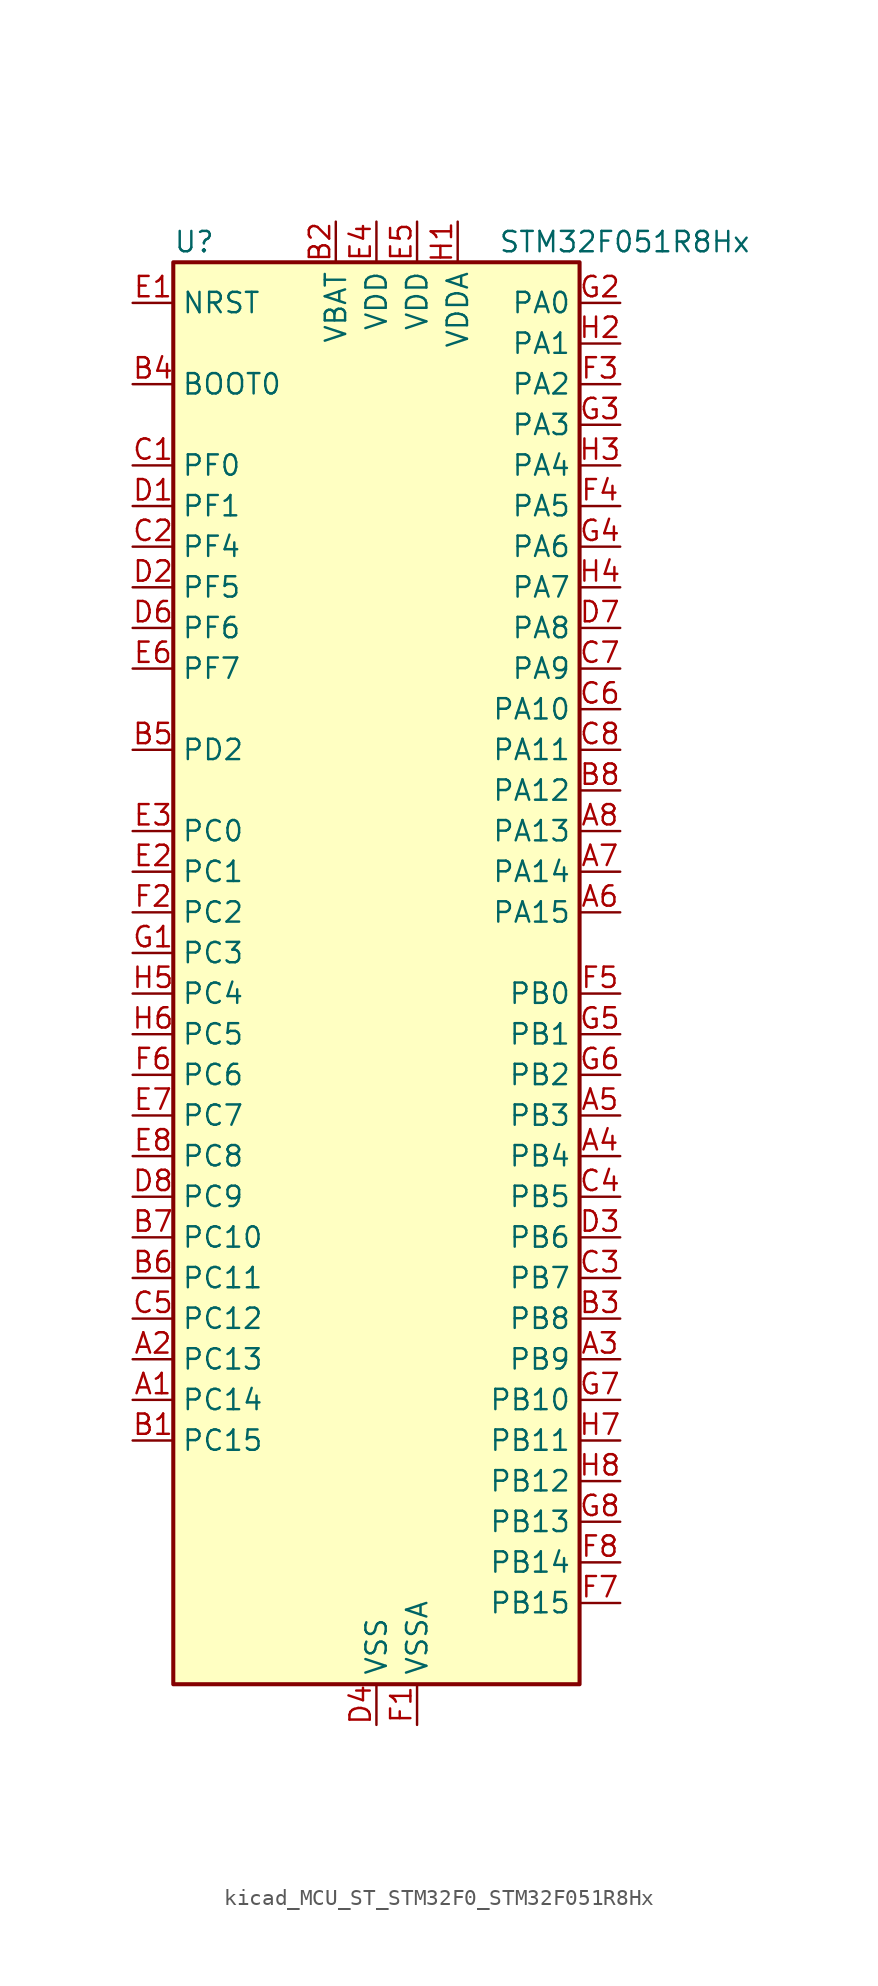
<source format=kicad_sym>
(kicad_symbol_lib
  (version 20220914)
  (generator kicad_symbol_editor)
  (symbol "kicad_MCU_ST_STM32F0_STM32F051R8Hx"
    (property "Reference" "U"
      (at -12.7 46.99 0)
      (effects (font (size 1.27 1.27)) (justify left)))
    (property "Value" "STM32F051R8Hx"
      (at 7.62 46.99 0)
      (effects (font (size 1.27 1.27)) (justify left)))
    (property "ki_locked" ""
      (at 0 0 0)
      (effects (font (size 1.27 1.27))))
    (symbol "kicad_MCU_ST_STM32F0_STM32F051R8Hx_0_1"
      (rectangle (start -12.7 -43.18) (end 12.7 45.72) (stroke (width 0.254) (type default)) (fill (type background))))
    (symbol "kicad_MCU_ST_STM32F0_STM32F051R8Hx_1_1"
      (pin bidirectional line (at -15.24 -25.4 0) (length 2.54) (name "PC14" (effects (font (size 1.27 1.27)))) (number "A1" (effects (font (size 1.27 1.27)))) (alternate "RCC_OSC32_IN" bidirectional line))
      (pin bidirectional line (at -15.24 -22.86 0) (length 2.54) (name "PC13" (effects (font (size 1.27 1.27)))) (number "A2" (effects (font (size 1.27 1.27)))) (alternate "RTC_OUT_ALARM" bidirectional line) (alternate "RTC_OUT_CALIB" bidirectional line) (alternate "RTC_TAMP1" bidirectional line) (alternate "RTC_TS" bidirectional line) (alternate "SYS_WKUP2" bidirectional line))
      (pin bidirectional line (at 15.24 -22.86 180) (length 2.54) (name "PB9" (effects (font (size 1.27 1.27)))) (number "A3" (effects (font (size 1.27 1.27)))) (alternate "DAC1_EXTI9" bidirectional line) (alternate "I2C1_SDA" bidirectional line) (alternate "IR_OUT" bidirectional line) (alternate "TIM17_CH1" bidirectional line))
      (pin bidirectional line (at 15.24 -10.16 180) (length 2.54) (name "PB4" (effects (font (size 1.27 1.27)))) (number "A4" (effects (font (size 1.27 1.27)))) (alternate "I2S1_MCK" bidirectional line) (alternate "SPI1_MISO" bidirectional line) (alternate "TIM3_CH1" bidirectional line) (alternate "TSC_G5_IO2" bidirectional line))
      (pin bidirectional line (at 15.24 -7.62 180) (length 2.54) (name "PB3" (effects (font (size 1.27 1.27)))) (number "A5" (effects (font (size 1.27 1.27)))) (alternate "I2S1_CK" bidirectional line) (alternate "SPI1_SCK" bidirectional line) (alternate "TIM2_CH2" bidirectional line) (alternate "TSC_G5_IO1" bidirectional line))
      (pin bidirectional line (at 15.24 5.08 180) (length 2.54) (name "PA15" (effects (font (size 1.27 1.27)))) (number "A6" (effects (font (size 1.27 1.27)))) (alternate "I2S1_WS" bidirectional line) (alternate "SPI1_NSS" bidirectional line) (alternate "TIM2_CH1" bidirectional line) (alternate "TIM2_ETR" bidirectional line) (alternate "USART2_RX" bidirectional line))
      (pin bidirectional line (at 15.24 7.62 180) (length 2.54) (name "PA14" (effects (font (size 1.27 1.27)))) (number "A7" (effects (font (size 1.27 1.27)))) (alternate "SYS_SWCLK" bidirectional line) (alternate "USART2_TX" bidirectional line))
      (pin bidirectional line (at 15.24 10.16 180) (length 2.54) (name "PA13" (effects (font (size 1.27 1.27)))) (number "A8" (effects (font (size 1.27 1.27)))) (alternate "IR_OUT" bidirectional line) (alternate "SYS_SWDIO" bidirectional line))
      (pin bidirectional line (at -15.24 -27.94 0) (length 2.54) (name "PC15" (effects (font (size 1.27 1.27)))) (number "B1" (effects (font (size 1.27 1.27)))) (alternate "RCC_OSC32_OUT" bidirectional line))
      (pin power_in line (at -2.54 48.26 270) (length 2.54) (name "VBAT" (effects (font (size 1.27 1.27)))) (number "B2" (effects (font (size 1.27 1.27)))))
      (pin bidirectional line (at 15.24 -20.32 180) (length 2.54) (name "PB8" (effects (font (size 1.27 1.27)))) (number "B3" (effects (font (size 1.27 1.27)))) (alternate "CEC" bidirectional line) (alternate "I2C1_SCL" bidirectional line) (alternate "TIM16_CH1" bidirectional line) (alternate "TSC_SYNC" bidirectional line))
      (pin input line (at -15.24 38.1 0) (length 2.54) (name "BOOT0" (effects (font (size 1.27 1.27)))) (number "B4" (effects (font (size 1.27 1.27)))))
      (pin bidirectional line (at -15.24 15.24 0) (length 2.54) (name "PD2" (effects (font (size 1.27 1.27)))) (number "B5" (effects (font (size 1.27 1.27)))) (alternate "TIM3_ETR" bidirectional line))
      (pin bidirectional line (at -15.24 -17.78 0) (length 2.54) (name "PC11" (effects (font (size 1.27 1.27)))) (number "B6" (effects (font (size 1.27 1.27)))))
      (pin bidirectional line (at -15.24 -15.24 0) (length 2.54) (name "PC10" (effects (font (size 1.27 1.27)))) (number "B7" (effects (font (size 1.27 1.27)))))
      (pin bidirectional line (at 15.24 12.7 180) (length 2.54) (name "PA12" (effects (font (size 1.27 1.27)))) (number "B8" (effects (font (size 1.27 1.27)))) (alternate "COMP2_OUT" bidirectional line) (alternate "TIM1_ETR" bidirectional line) (alternate "TSC_G4_IO4" bidirectional line) (alternate "USART1_DE" bidirectional line) (alternate "USART1_RTS" bidirectional line))
      (pin bidirectional line (at -15.24 33.02 0) (length 2.54) (name "PF0" (effects (font (size 1.27 1.27)))) (number "C1" (effects (font (size 1.27 1.27)))) (alternate "RCC_OSC_IN" bidirectional line))
      (pin bidirectional line (at -15.24 27.94 0) (length 2.54) (name "PF4" (effects (font (size 1.27 1.27)))) (number "C2" (effects (font (size 1.27 1.27)))))
      (pin bidirectional line (at 15.24 -17.78 180) (length 2.54) (name "PB7" (effects (font (size 1.27 1.27)))) (number "C3" (effects (font (size 1.27 1.27)))) (alternate "I2C1_SDA" bidirectional line) (alternate "TIM17_CH1N" bidirectional line) (alternate "TSC_G5_IO4" bidirectional line) (alternate "USART1_RX" bidirectional line))
      (pin bidirectional line (at 15.24 -12.7 180) (length 2.54) (name "PB5" (effects (font (size 1.27 1.27)))) (number "C4" (effects (font (size 1.27 1.27)))) (alternate "I2C1_SMBA" bidirectional line) (alternate "I2S1_SD" bidirectional line) (alternate "SPI1_MOSI" bidirectional line) (alternate "TIM16_BKIN" bidirectional line) (alternate "TIM3_CH2" bidirectional line))
      (pin bidirectional line (at -15.24 -20.32 0) (length 2.54) (name "PC12" (effects (font (size 1.27 1.27)))) (number "C5" (effects (font (size 1.27 1.27)))))
      (pin bidirectional line (at 15.24 17.78 180) (length 2.54) (name "PA10" (effects (font (size 1.27 1.27)))) (number "C6" (effects (font (size 1.27 1.27)))) (alternate "TIM17_BKIN" bidirectional line) (alternate "TIM1_CH3" bidirectional line) (alternate "TSC_G4_IO2" bidirectional line) (alternate "USART1_RX" bidirectional line))
      (pin bidirectional line (at 15.24 20.32 180) (length 2.54) (name "PA9" (effects (font (size 1.27 1.27)))) (number "C7" (effects (font (size 1.27 1.27)))) (alternate "DAC1_EXTI9" bidirectional line) (alternate "TIM15_BKIN" bidirectional line) (alternate "TIM1_CH2" bidirectional line) (alternate "TSC_G4_IO1" bidirectional line) (alternate "USART1_TX" bidirectional line))
      (pin bidirectional line (at 15.24 15.24 180) (length 2.54) (name "PA11" (effects (font (size 1.27 1.27)))) (number "C8" (effects (font (size 1.27 1.27)))) (alternate "COMP1_OUT" bidirectional line) (alternate "TIM1_CH4" bidirectional line) (alternate "TSC_G4_IO3" bidirectional line) (alternate "USART1_CTS" bidirectional line))
      (pin bidirectional line (at -15.24 30.48 0) (length 2.54) (name "PF1" (effects (font (size 1.27 1.27)))) (number "D1" (effects (font (size 1.27 1.27)))) (alternate "RCC_OSC_OUT" bidirectional line))
      (pin bidirectional line (at -15.24 25.4 0) (length 2.54) (name "PF5" (effects (font (size 1.27 1.27)))) (number "D2" (effects (font (size 1.27 1.27)))))
      (pin bidirectional line (at 15.24 -15.24 180) (length 2.54) (name "PB6" (effects (font (size 1.27 1.27)))) (number "D3" (effects (font (size 1.27 1.27)))) (alternate "I2C1_SCL" bidirectional line) (alternate "TIM16_CH1N" bidirectional line) (alternate "TSC_G5_IO3" bidirectional line) (alternate "USART1_TX" bidirectional line))
      (pin power_in line (at 0 -45.72 90) (length 2.54) (name "VSS" (effects (font (size 1.27 1.27)))) (number "D4" (effects (font (size 1.27 1.27)))))
      (pin passive line (at 0 -45.72 90) (length 2.54) hide (name "VSS" (effects (font (size 1.27 1.27)))) (number "D5" (effects (font (size 1.27 1.27)))))
      (pin bidirectional line (at -15.24 22.86 0) (length 2.54) (name "PF6" (effects (font (size 1.27 1.27)))) (number "D6" (effects (font (size 1.27 1.27)))) (alternate "I2C2_SCL" bidirectional line))
      (pin bidirectional line (at 15.24 22.86 180) (length 2.54) (name "PA8" (effects (font (size 1.27 1.27)))) (number "D7" (effects (font (size 1.27 1.27)))) (alternate "RCC_MCO" bidirectional line) (alternate "TIM1_CH1" bidirectional line) (alternate "USART1_CK" bidirectional line))
      (pin bidirectional line (at -15.24 -12.7 0) (length 2.54) (name "PC9" (effects (font (size 1.27 1.27)))) (number "D8" (effects (font (size 1.27 1.27)))) (alternate "DAC1_EXTI9" bidirectional line) (alternate "TIM3_CH4" bidirectional line))
      (pin input line (at -15.24 43.18 0) (length 2.54) (name "NRST" (effects (font (size 1.27 1.27)))) (number "E1" (effects (font (size 1.27 1.27)))))
      (pin bidirectional line (at -15.24 7.62 0) (length 2.54) (name "PC1" (effects (font (size 1.27 1.27)))) (number "E2" (effects (font (size 1.27 1.27)))) (alternate "ADC_IN11" bidirectional line))
      (pin bidirectional line (at -15.24 10.16 0) (length 2.54) (name "PC0" (effects (font (size 1.27 1.27)))) (number "E3" (effects (font (size 1.27 1.27)))) (alternate "ADC_IN10" bidirectional line))
      (pin power_in line (at 0 48.26 270) (length 2.54) (name "VDD" (effects (font (size 1.27 1.27)))) (number "E4" (effects (font (size 1.27 1.27)))))
      (pin power_in line (at 2.54 48.26 270) (length 2.54) (name "VDD" (effects (font (size 1.27 1.27)))) (number "E5" (effects (font (size 1.27 1.27)))))
      (pin bidirectional line (at -15.24 20.32 0) (length 2.54) (name "PF7" (effects (font (size 1.27 1.27)))) (number "E6" (effects (font (size 1.27 1.27)))) (alternate "I2C2_SDA" bidirectional line))
      (pin bidirectional line (at -15.24 -7.62 0) (length 2.54) (name "PC7" (effects (font (size 1.27 1.27)))) (number "E7" (effects (font (size 1.27 1.27)))) (alternate "TIM3_CH2" bidirectional line))
      (pin bidirectional line (at -15.24 -10.16 0) (length 2.54) (name "PC8" (effects (font (size 1.27 1.27)))) (number "E8" (effects (font (size 1.27 1.27)))) (alternate "TIM3_CH3" bidirectional line))
      (pin power_in line (at 2.54 -45.72 90) (length 2.54) (name "VSSA" (effects (font (size 1.27 1.27)))) (number "F1" (effects (font (size 1.27 1.27)))))
      (pin bidirectional line (at -15.24 5.08 0) (length 2.54) (name "PC2" (effects (font (size 1.27 1.27)))) (number "F2" (effects (font (size 1.27 1.27)))) (alternate "ADC_IN12" bidirectional line))
      (pin bidirectional line (at 15.24 38.1 180) (length 2.54) (name "PA2" (effects (font (size 1.27 1.27)))) (number "F3" (effects (font (size 1.27 1.27)))) (alternate "ADC_IN2" bidirectional line) (alternate "COMP2_INM" bidirectional line) (alternate "COMP2_OUT" bidirectional line) (alternate "TIM15_CH1" bidirectional line) (alternate "TIM2_CH3" bidirectional line) (alternate "TSC_G1_IO3" bidirectional line) (alternate "USART2_TX" bidirectional line))
      (pin bidirectional line (at 15.24 30.48 180) (length 2.54) (name "PA5" (effects (font (size 1.27 1.27)))) (number "F4" (effects (font (size 1.27 1.27)))) (alternate "ADC_IN5" bidirectional line) (alternate "CEC" bidirectional line) (alternate "COMP1_INM" bidirectional line) (alternate "COMP2_INM" bidirectional line) (alternate "I2S1_CK" bidirectional line) (alternate "SPI1_SCK" bidirectional line) (alternate "TIM2_CH1" bidirectional line) (alternate "TIM2_ETR" bidirectional line) (alternate "TSC_G2_IO2" bidirectional line))
      (pin bidirectional line (at 15.24 0 180) (length 2.54) (name "PB0" (effects (font (size 1.27 1.27)))) (number "F5" (effects (font (size 1.27 1.27)))) (alternate "ADC_IN8" bidirectional line) (alternate "TIM1_CH2N" bidirectional line) (alternate "TIM3_CH3" bidirectional line) (alternate "TSC_G3_IO2" bidirectional line))
      (pin bidirectional line (at -15.24 -5.08 0) (length 2.54) (name "PC6" (effects (font (size 1.27 1.27)))) (number "F6" (effects (font (size 1.27 1.27)))) (alternate "TIM3_CH1" bidirectional line))
      (pin bidirectional line (at 15.24 -38.1 180) (length 2.54) (name "PB15" (effects (font (size 1.27 1.27)))) (number "F7" (effects (font (size 1.27 1.27)))) (alternate "RTC_REFIN" bidirectional line) (alternate "SPI2_MOSI" bidirectional line) (alternate "TIM15_CH1N" bidirectional line) (alternate "TIM15_CH2" bidirectional line) (alternate "TIM1_CH3N" bidirectional line))
      (pin bidirectional line (at 15.24 -35.56 180) (length 2.54) (name "PB14" (effects (font (size 1.27 1.27)))) (number "F8" (effects (font (size 1.27 1.27)))) (alternate "SPI2_MISO" bidirectional line) (alternate "TIM15_CH1" bidirectional line) (alternate "TIM1_CH2N" bidirectional line) (alternate "TSC_G6_IO4" bidirectional line))
      (pin bidirectional line (at -15.24 2.54 0) (length 2.54) (name "PC3" (effects (font (size 1.27 1.27)))) (number "G1" (effects (font (size 1.27 1.27)))) (alternate "ADC_IN13" bidirectional line))
      (pin bidirectional line (at 15.24 43.18 180) (length 2.54) (name "PA0" (effects (font (size 1.27 1.27)))) (number "G2" (effects (font (size 1.27 1.27)))) (alternate "ADC_IN0" bidirectional line) (alternate "COMP1_INM" bidirectional line) (alternate "COMP1_OUT" bidirectional line) (alternate "RTC_TAMP2" bidirectional line) (alternate "SYS_WKUP1" bidirectional line) (alternate "TIM2_CH1" bidirectional line) (alternate "TIM2_ETR" bidirectional line) (alternate "TSC_G1_IO1" bidirectional line) (alternate "USART2_CTS" bidirectional line))
      (pin bidirectional line (at 15.24 35.56 180) (length 2.54) (name "PA3" (effects (font (size 1.27 1.27)))) (number "G3" (effects (font (size 1.27 1.27)))) (alternate "ADC_IN3" bidirectional line) (alternate "COMP2_INP" bidirectional line) (alternate "TIM15_CH2" bidirectional line) (alternate "TIM2_CH4" bidirectional line) (alternate "TSC_G1_IO4" bidirectional line) (alternate "USART2_RX" bidirectional line))
      (pin bidirectional line (at 15.24 27.94 180) (length 2.54) (name "PA6" (effects (font (size 1.27 1.27)))) (number "G4" (effects (font (size 1.27 1.27)))) (alternate "ADC_IN6" bidirectional line) (alternate "COMP1_OUT" bidirectional line) (alternate "I2S1_MCK" bidirectional line) (alternate "SPI1_MISO" bidirectional line) (alternate "TIM16_CH1" bidirectional line) (alternate "TIM1_BKIN" bidirectional line) (alternate "TIM3_CH1" bidirectional line) (alternate "TSC_G2_IO3" bidirectional line))
      (pin bidirectional line (at 15.24 -2.54 180) (length 2.54) (name "PB1" (effects (font (size 1.27 1.27)))) (number "G5" (effects (font (size 1.27 1.27)))) (alternate "ADC_IN9" bidirectional line) (alternate "TIM14_CH1" bidirectional line) (alternate "TIM1_CH3N" bidirectional line) (alternate "TIM3_CH4" bidirectional line) (alternate "TSC_G3_IO3" bidirectional line))
      (pin bidirectional line (at 15.24 -5.08 180) (length 2.54) (name "PB2" (effects (font (size 1.27 1.27)))) (number "G6" (effects (font (size 1.27 1.27)))) (alternate "TSC_G3_IO4" bidirectional line))
      (pin bidirectional line (at 15.24 -25.4 180) (length 2.54) (name "PB10" (effects (font (size 1.27 1.27)))) (number "G7" (effects (font (size 1.27 1.27)))) (alternate "CEC" bidirectional line) (alternate "I2C2_SCL" bidirectional line) (alternate "TIM2_CH3" bidirectional line) (alternate "TSC_SYNC" bidirectional line))
      (pin bidirectional line (at 15.24 -33.02 180) (length 2.54) (name "PB13" (effects (font (size 1.27 1.27)))) (number "G8" (effects (font (size 1.27 1.27)))) (alternate "SPI2_SCK" bidirectional line) (alternate "TIM1_CH1N" bidirectional line) (alternate "TSC_G6_IO3" bidirectional line))
      (pin power_in line (at 5.08 48.26 270) (length 2.54) (name "VDDA" (effects (font (size 1.27 1.27)))) (number "H1" (effects (font (size 1.27 1.27)))))
      (pin bidirectional line (at 15.24 40.64 180) (length 2.54) (name "PA1" (effects (font (size 1.27 1.27)))) (number "H2" (effects (font (size 1.27 1.27)))) (alternate "ADC_IN1" bidirectional line) (alternate "COMP1_INP" bidirectional line) (alternate "TIM2_CH2" bidirectional line) (alternate "TSC_G1_IO2" bidirectional line) (alternate "USART2_DE" bidirectional line) (alternate "USART2_RTS" bidirectional line))
      (pin bidirectional line (at 15.24 33.02 180) (length 2.54) (name "PA4" (effects (font (size 1.27 1.27)))) (number "H3" (effects (font (size 1.27 1.27)))) (alternate "ADC_IN4" bidirectional line) (alternate "COMP1_INM" bidirectional line) (alternate "COMP2_INM" bidirectional line) (alternate "DAC1_OUT1" bidirectional line) (alternate "I2S1_WS" bidirectional line) (alternate "SPI1_NSS" bidirectional line) (alternate "TIM14_CH1" bidirectional line) (alternate "TSC_G2_IO1" bidirectional line) (alternate "USART2_CK" bidirectional line))
      (pin bidirectional line (at 15.24 25.4 180) (length 2.54) (name "PA7" (effects (font (size 1.27 1.27)))) (number "H4" (effects (font (size 1.27 1.27)))) (alternate "ADC_IN7" bidirectional line) (alternate "COMP2_OUT" bidirectional line) (alternate "I2S1_SD" bidirectional line) (alternate "SPI1_MOSI" bidirectional line) (alternate "TIM14_CH1" bidirectional line) (alternate "TIM17_CH1" bidirectional line) (alternate "TIM1_CH1N" bidirectional line) (alternate "TIM3_CH2" bidirectional line) (alternate "TSC_G2_IO4" bidirectional line))
      (pin bidirectional line (at -15.24 0 0) (length 2.54) (name "PC4" (effects (font (size 1.27 1.27)))) (number "H5" (effects (font (size 1.27 1.27)))) (alternate "ADC_IN14" bidirectional line))
      (pin bidirectional line (at -15.24 -2.54 0) (length 2.54) (name "PC5" (effects (font (size 1.27 1.27)))) (number "H6" (effects (font (size 1.27 1.27)))) (alternate "ADC_IN15" bidirectional line) (alternate "TSC_G3_IO1" bidirectional line))
      (pin bidirectional line (at 15.24 -27.94 180) (length 2.54) (name "PB11" (effects (font (size 1.27 1.27)))) (number "H7" (effects (font (size 1.27 1.27)))) (alternate "I2C2_SDA" bidirectional line) (alternate "TIM2_CH4" bidirectional line) (alternate "TSC_G6_IO1" bidirectional line))
      (pin bidirectional line (at 15.24 -30.48 180) (length 2.54) (name "PB12" (effects (font (size 1.27 1.27)))) (number "H8" (effects (font (size 1.27 1.27)))) (alternate "SPI2_NSS" bidirectional line) (alternate "TIM1_BKIN" bidirectional line) (alternate "TSC_G6_IO2" bidirectional line)))))
</source>
